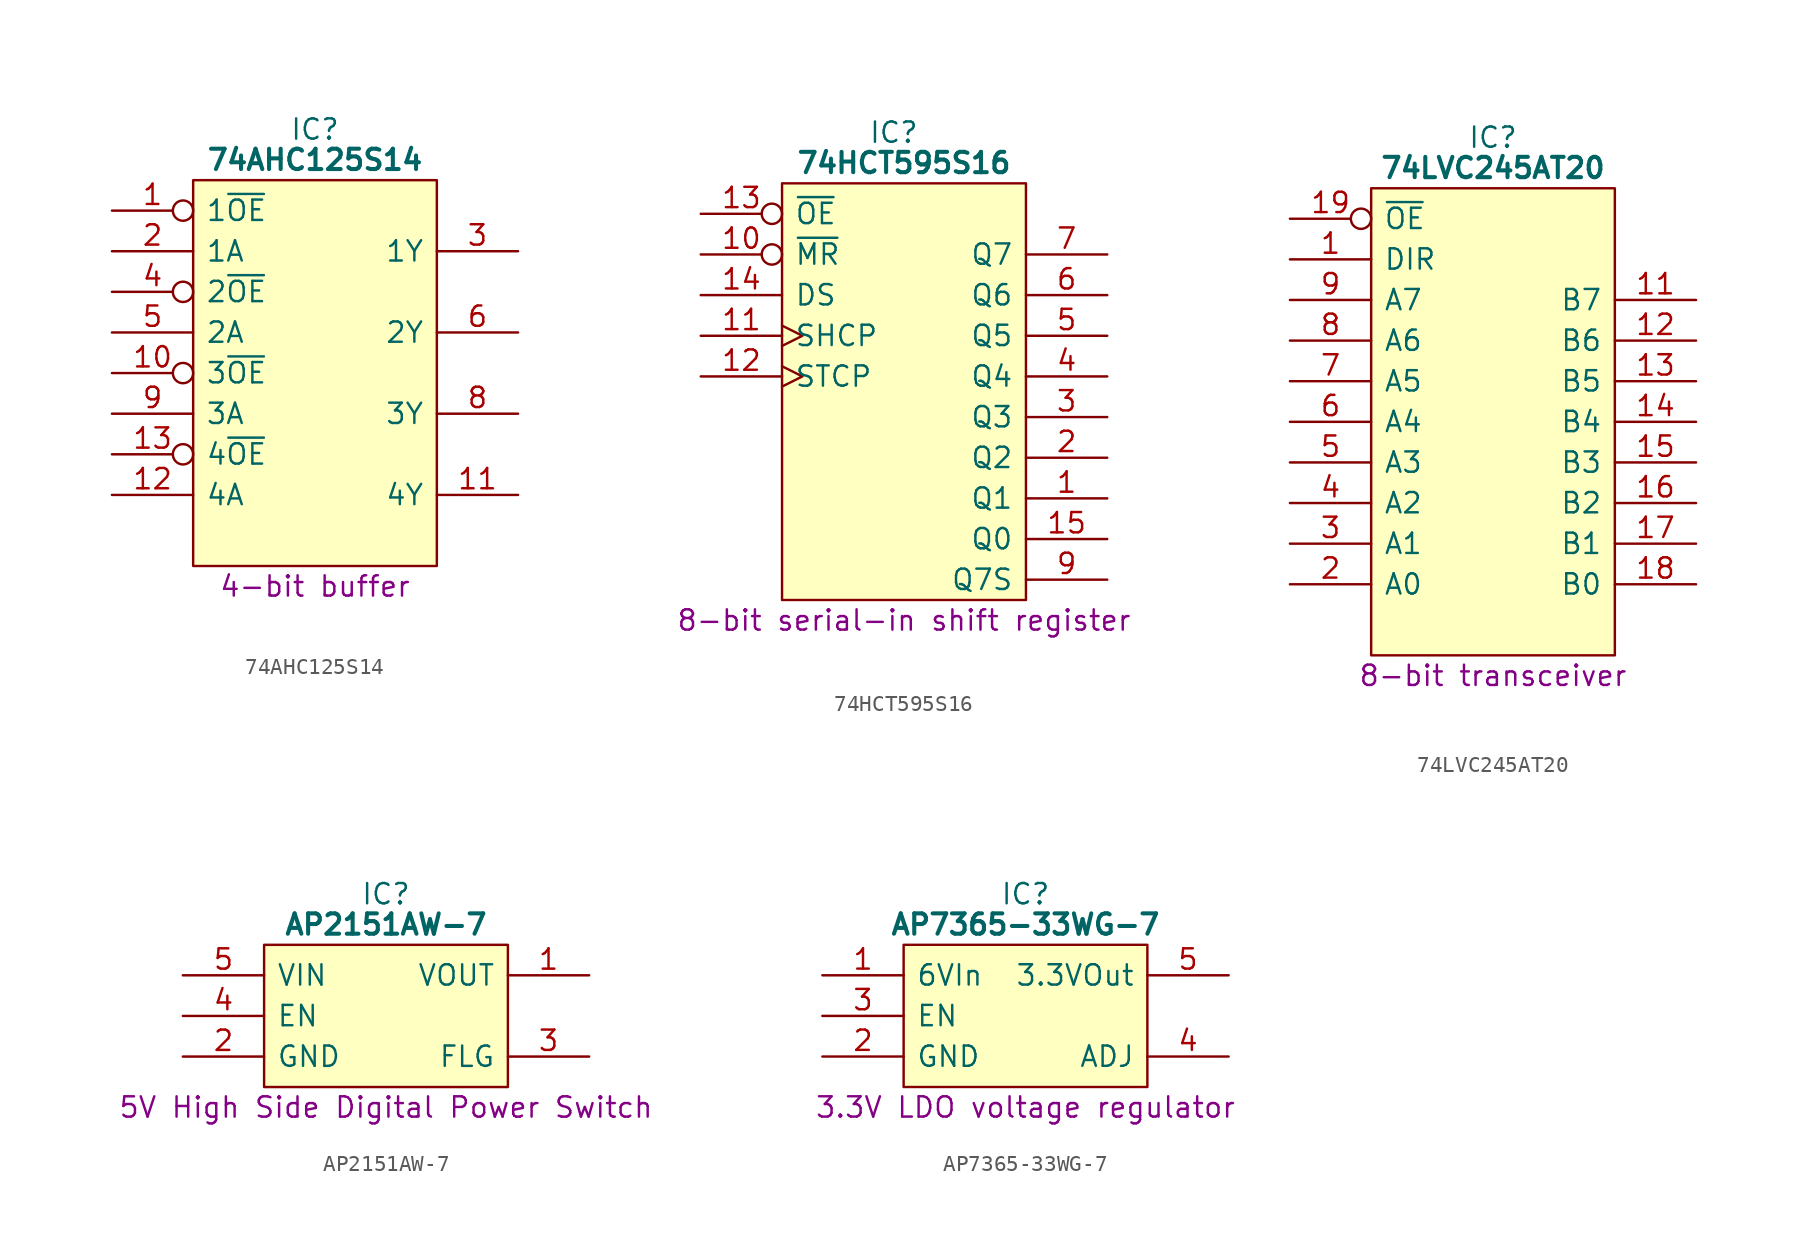
<source format=kicad_sym>
(kicad_symbol_lib
  (version 20231120)
  (generator "kicad_symbol_editor")
  (generator_version "8.0")
  (symbol "74AHC125S14"
    (pin_names
      (offset 0.762))
    (property "Reference" "IC"
      (at 12.7 5.08 0)
      (effects (font (size 1.27 1.27))))
    (property "Value" "74AHC125S14"
      (at 12.7 3.175 0)
      (effects (font (size 1.27 1.27) (bold yes))))
    (property "Description" "4-bit buffer"
      (at 12.7 -23.495 0)
      (effects (font (size 1.27 1.27))))
    (symbol "74AHC125S14_0_0"
      (pin input inverted (at 0 0 0) (length 5.08) (name "1~{OE}" (effects (font (size 1.27 1.27)))) (number "1" (effects (font (size 1.27 1.27)))))
      (pin input inverted (at 0 -10.16 0) (length 5.08) (name "3~{OE}" (effects (font (size 1.27 1.27)))) (number "10" (effects (font (size 1.27 1.27)))))
      (pin output line (at 25.4 -17.78 180) (length 5.08) (name "4Y" (effects (font (size 1.27 1.27)))) (number "11" (effects (font (size 1.27 1.27)))))
      (pin input line (at 0 -17.78 0) (length 5.08) (name "4A" (effects (font (size 1.27 1.27)))) (number "12" (effects (font (size 1.27 1.27)))))
      (pin input inverted (at 0 -15.24 0) (length 5.08) (name "4~{OE}" (effects (font (size 1.27 1.27)))) (number "13" (effects (font (size 1.27 1.27)))))
      (pin passive line (at 25.4 0 180) (length 5.08) hide (name "VCC" (effects (font (size 1.27 1.27)))) (number "14" (effects (font (size 1.27 1.27)))))
      (pin input line (at 0 -2.54 0) (length 5.08) (name "1A" (effects (font (size 1.27 1.27)))) (number "2" (effects (font (size 1.27 1.27)))))
      (pin output line (at 25.4 -2.54 180) (length 5.08) (name "1Y" (effects (font (size 1.27 1.27)))) (number "3" (effects (font (size 1.27 1.27)))))
      (pin input inverted (at 0 -5.08 0) (length 5.08) (name "2~{OE}" (effects (font (size 1.27 1.27)))) (number "4" (effects (font (size 1.27 1.27)))))
      (pin input line (at 0 -7.62 0) (length 5.08) (name "2A" (effects (font (size 1.27 1.27)))) (number "5" (effects (font (size 1.27 1.27)))))
      (pin output line (at 25.4 -7.62 180) (length 5.08) (name "2Y" (effects (font (size 1.27 1.27)))) (number "6" (effects (font (size 1.27 1.27)))))
      (pin passive line (at 0 -20.32 0) (length 5.08) hide (name "GND" (effects (font (size 1.27 1.27)))) (number "7" (effects (font (size 1.27 1.27)))))
      (pin output line (at 25.4 -12.7 180) (length 5.08) (name "3Y" (effects (font (size 1.27 1.27)))) (number "8" (effects (font (size 1.27 1.27)))))
      (pin input line (at 0 -12.7 0) (length 5.08) (name "3A" (effects (font (size 1.27 1.27)))) (number "9" (effects (font (size 1.27 1.27))))))
    (symbol "74AHC125S14_0_1"
      (polyline (pts (xy 5.08 1.905) (xy 20.32 1.905) (xy 20.32 -22.225) (xy 5.08 -22.225) (xy 5.08 1.905)) (stroke (width 0.152) (type default)) (fill (type background)))))
  (symbol "74HCT595S16"
    (pin_names
      (offset 0.762))
    (property "Reference" "IC"
      (at 12.065 5.08 0)
      (effects (font (size 1.27 1.27))))
    (property "Value" "74HCT595S16"
      (at 12.7 3.175 0)
      (effects (font (size 1.27 1.27) (bold yes))))
    (property "Description" "8-bit serial-in shift register"
      (at 12.7 -25.4 0)
      (effects (font (size 1.27 1.27))))
    (symbol "74HCT595S16_0_0"
      (pin output line (at 25.4 -17.78 180) (length 5.08) (name "Q1" (effects (font (size 1.27 1.27)))) (number "1" (effects (font (size 1.27 1.27)))))
      (pin input inverted (at 0 -2.54 0) (length 5.08) (name "~{MR}" (effects (font (size 1.27 1.27)))) (number "10" (effects (font (size 1.27 1.27)))))
      (pin input clock (at 0 -7.62 0) (length 5.08) (name "SHCP" (effects (font (size 1.27 1.27)))) (number "11" (effects (font (size 1.27 1.27)))))
      (pin input clock (at 0 -10.16 0) (length 5.08) (name "STCP" (effects (font (size 1.27 1.27)))) (number "12" (effects (font (size 1.27 1.27)))))
      (pin input inverted (at 0 0 0) (length 5.08) (name "~{OE}" (effects (font (size 1.27 1.27)))) (number "13" (effects (font (size 1.27 1.27)))))
      (pin input line (at 0 -5.08 0) (length 5.08) (name "DS" (effects (font (size 1.27 1.27)))) (number "14" (effects (font (size 1.27 1.27)))))
      (pin output line (at 25.4 -20.32 180) (length 5.08) (name "Q0" (effects (font (size 1.27 1.27)))) (number "15" (effects (font (size 1.27 1.27)))))
      (pin passive line (at 25.4 0 180) (length 5.08) hide (name "VCC" (effects (font (size 1.27 1.27)))) (number "16" (effects (font (size 1.27 1.27)))))
      (pin output line (at 25.4 -15.24 180) (length 5.08) (name "Q2" (effects (font (size 1.27 1.27)))) (number "2" (effects (font (size 1.27 1.27)))))
      (pin output line (at 25.4 -12.7 180) (length 5.08) (name "Q3" (effects (font (size 1.27 1.27)))) (number "3" (effects (font (size 1.27 1.27)))))
      (pin output line (at 25.4 -10.16 180) (length 5.08) (name "Q4" (effects (font (size 1.27 1.27)))) (number "4" (effects (font (size 1.27 1.27)))))
      (pin output line (at 25.4 -7.62 180) (length 5.08) (name "Q5" (effects (font (size 1.27 1.27)))) (number "5" (effects (font (size 1.27 1.27)))))
      (pin output line (at 25.4 -5.08 180) (length 5.08) (name "Q6" (effects (font (size 1.27 1.27)))) (number "6" (effects (font (size 1.27 1.27)))))
      (pin output line (at 25.4 -2.54 180) (length 5.08) (name "Q7" (effects (font (size 1.27 1.27)))) (number "7" (effects (font (size 1.27 1.27)))))
      (pin passive line (at 0 -22.86 0) (length 5.08) hide (name "GND" (effects (font (size 1.27 1.27)))) (number "8" (effects (font (size 1.27 1.27)))))
      (pin output line (at 25.4 -22.86 180) (length 5.08) (name "Q7S" (effects (font (size 1.27 1.27)))) (number "9" (effects (font (size 1.27 1.27))))))
    (symbol "74HCT595S16_0_1"
      (polyline (pts (xy 5.08 1.905) (xy 20.32 1.905) (xy 20.32 -24.13) (xy 5.08 -24.13) (xy 5.08 1.905)) (stroke (width 0.152) (type default)) (fill (type background)))))
  (symbol "74LVC245AT20"
    (pin_names
      (offset 0.762))
    (property "Reference" "IC"
      (at 12.7 5.08 0)
      (effects (font (size 1.27 1.27))))
    (property "Value" "74LVC245AT20"
      (at 12.7 3.175 0)
      (effects (font (size 1.27 1.27) (bold yes))))
    (property "Description" "8-bit transceiver"
      (at 12.7 -28.575 0)
      (effects (font (size 1.27 1.27))))
    (symbol "74LVC245AT20_0_0"
      (pin input line (at 0 -2.54 0) (length 5.08) (name "DIR" (effects (font (size 1.27 1.27)))) (number "1" (effects (font (size 1.27 1.27)))))
      (pin passive line (at 0 -25.4 0) (length 5.08) hide (name "GND" (effects (font (size 1.27 1.27)))) (number "10" (effects (font (size 1.27 1.27)))))
      (pin tri_state line (at 25.4 -5.08 180) (length 5.08) (name "B7" (effects (font (size 1.27 1.27)))) (number "11" (effects (font (size 1.27 1.27)))))
      (pin tri_state line (at 25.4 -7.62 180) (length 5.08) (name "B6" (effects (font (size 1.27 1.27)))) (number "12" (effects (font (size 1.27 1.27)))))
      (pin tri_state line (at 25.4 -10.16 180) (length 5.08) (name "B5" (effects (font (size 1.27 1.27)))) (number "13" (effects (font (size 1.27 1.27)))))
      (pin tri_state line (at 25.4 -12.7 180) (length 5.08) (name "B4" (effects (font (size 1.27 1.27)))) (number "14" (effects (font (size 1.27 1.27)))))
      (pin tri_state line (at 25.4 -15.24 180) (length 5.08) (name "B3" (effects (font (size 1.27 1.27)))) (number "15" (effects (font (size 1.27 1.27)))))
      (pin tri_state line (at 25.4 -17.78 180) (length 5.08) (name "B2" (effects (font (size 1.27 1.27)))) (number "16" (effects (font (size 1.27 1.27)))))
      (pin tri_state line (at 25.4 -20.32 180) (length 5.08) (name "B1" (effects (font (size 1.27 1.27)))) (number "17" (effects (font (size 1.27 1.27)))))
      (pin tri_state line (at 25.4 -22.86 180) (length 5.08) (name "B0" (effects (font (size 1.27 1.27)))) (number "18" (effects (font (size 1.27 1.27)))))
      (pin input inverted (at 0 0 0) (length 5.08) (name "~{OE}" (effects (font (size 1.27 1.27)))) (number "19" (effects (font (size 1.27 1.27)))))
      (pin tri_state line (at 0 -22.86 0) (length 5.08) (name "A0" (effects (font (size 1.27 1.27)))) (number "2" (effects (font (size 1.27 1.27)))))
      (pin tri_state line (at 0 -20.32 0) (length 5.08) (name "A1" (effects (font (size 1.27 1.27)))) (number "3" (effects (font (size 1.27 1.27)))))
      (pin tri_state line (at 0 -17.78 0) (length 5.08) (name "A2" (effects (font (size 1.27 1.27)))) (number "4" (effects (font (size 1.27 1.27)))))
      (pin tri_state line (at 0 -15.24 0) (length 5.08) (name "A3" (effects (font (size 1.27 1.27)))) (number "5" (effects (font (size 1.27 1.27)))))
      (pin tri_state line (at 0 -12.7 0) (length 5.08) (name "A4" (effects (font (size 1.27 1.27)))) (number "6" (effects (font (size 1.27 1.27)))))
      (pin tri_state line (at 0 -10.16 0) (length 5.08) (name "A5" (effects (font (size 1.27 1.27)))) (number "7" (effects (font (size 1.27 1.27)))))
      (pin tri_state line (at 0 -7.62 0) (length 5.08) (name "A6" (effects (font (size 1.27 1.27)))) (number "8" (effects (font (size 1.27 1.27)))))
      (pin tri_state line (at 0 -5.08 0) (length 5.08) (name "A7" (effects (font (size 1.27 1.27)))) (number "9" (effects (font (size 1.27 1.27))))))
    (symbol "74LVC245AT20_0_1"
      (polyline (pts (xy 5.08 1.905) (xy 20.32 1.905) (xy 20.32 -27.305) (xy 5.08 -27.305) (xy 5.08 1.905)) (stroke (width 0.152) (type default)) (fill (type background))))
    (symbol "74LVC245AT20_1_0"
      (pin passive line (at 25.4 0 180) (length 5.08) hide (name "3V" (effects (font (size 1.27 1.27)))) (number "20" (effects (font (size 1.27 1.27)))))))
  (symbol "AP2151AW-7"
    (pin_names
      (offset 0.762))
    (property "Reference" "IC"
      (at 12.7 5.08 0)
      (effects (font (size 1.27 1.27))))
    (property "Value" "AP2151AW-7"
      (at 12.7 3.175 0)
      (effects (font (size 1.27 1.27) (bold yes))))
    (property "Description" "5V High Side Digital Power Switch"
      (at 12.7 -8.255 0)
      (effects (font (size 1.27 1.27))))
    (symbol "AP2151AW-7_0_0"
      (pin passive line (at 0 -5.08 0) (length 5.08) (name "GND" (effects (font (size 1.27 1.27)))) (number "2" (effects (font (size 1.27 1.27))))))
    (symbol "AP2151AW-7_0_1"
      (polyline (pts (xy 5.08 1.905) (xy 20.32 1.905) (xy 20.32 -6.985) (xy 5.08 -6.985) (xy 5.08 1.905)) (stroke (width 0) (type default)) (fill (type background))))
    (symbol "AP2151AW-7_1_0"
      (pin passive line (at 25.4 0 180) (length 5.08) (name "VOUT" (effects (font (size 1.27 1.27)))) (number "1" (effects (font (size 1.27 1.27)))))
      (pin output line (at 25.4 -5.08 180) (length 5.08) (name "FLG" (effects (font (size 1.27 1.27)))) (number "3" (effects (font (size 1.27 1.27)))))
      (pin input line (at 0 -2.54 0) (length 5.08) (name "EN" (effects (font (size 1.27 1.27)))) (number "4" (effects (font (size 1.27 1.27)))))
      (pin passive line (at 0 0 0) (length 5.08) (name "VIN" (effects (font (size 1.27 1.27)))) (number "5" (effects (font (size 1.27 1.27)))))))
  (symbol "AP7365-33WG-7"
    (pin_names
      (offset 0.762))
    (property "Reference" "IC"
      (at 12.7 5.08 0)
      (effects (font (size 1.27 1.27))))
    (property "Value" "AP7365-33WG-7"
      (at 12.7 3.175 0)
      (effects (font (size 1.27 1.27) (bold yes))))
    (property "Description" "3.3V LDO voltage regulator"
      (at 12.7 -8.255 0)
      (effects (font (size 1.27 1.27))))
    (symbol "AP7365-33WG-7_0_0"
      (pin passive line (at 0 -5.08 0) (length 5.08) (name "GND" (effects (font (size 1.27 1.27)))) (number "2" (effects (font (size 1.27 1.27)))))
      (pin input line (at 0 -2.54 0) (length 5.08) (name "EN" (effects (font (size 1.27 1.27)))) (number "3" (effects (font (size 1.27 1.27)))))
      (pin passive line (at 25.4 -5.08 180) (length 5.08) (name "ADJ" (effects (font (size 1.27 1.27)))) (number "4" (effects (font (size 1.27 1.27))))))
    (symbol "AP7365-33WG-7_0_1"
      (polyline (pts (xy 5.08 1.905) (xy 20.32 1.905) (xy 20.32 -6.985) (xy 5.08 -6.985) (xy 5.08 1.905)) (stroke (width 0) (type default)) (fill (type background))))
    (symbol "AP7365-33WG-7_1_0"
      (pin passive line (at 0 0 0) (length 5.08) (name "6VIn" (effects (font (size 1.27 1.27)))) (number "1" (effects (font (size 1.27 1.27)))))
      (pin passive line (at 25.4 0 180) (length 5.08) (name "3.3VOut" (effects (font (size 1.27 1.27)))) (number "5" (effects (font (size 1.27 1.27))))))))
</source>
